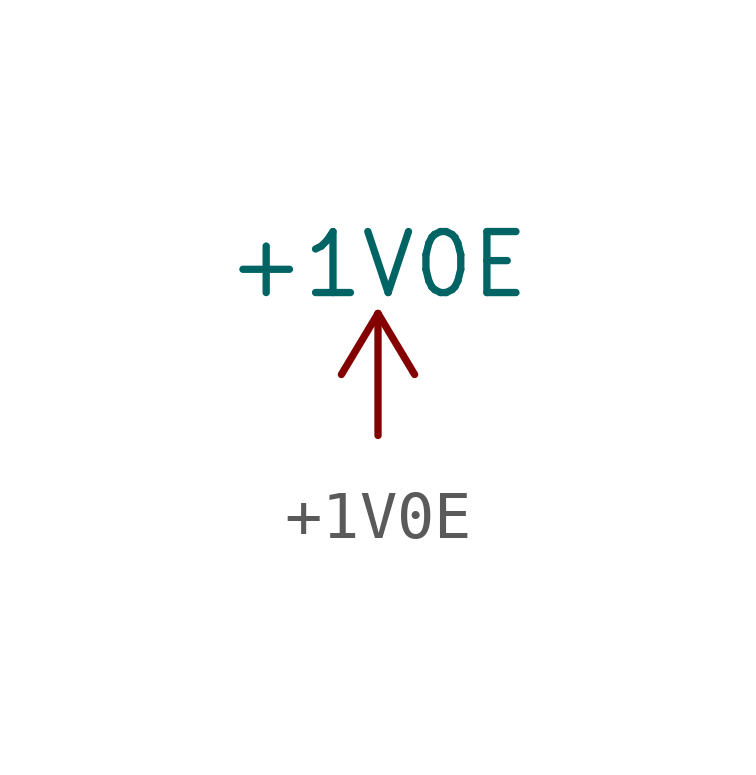
<source format=kicad_sym>
(kicad_symbol_lib
  (version 20220914)
  (generator kicad_symbol_editor)
  (symbol "+1V0E"
    (power)
    (pin_names
      (offset 0))
    (property "Reference" "#PWR"
      (at 0 -3.81 0)
      (effects (font (size 1.27 1.27)) hide))
    (property "Value" "+1V0E"
      (at 0 3.556 0)
      (effects (font (size 1.27 1.27))))
    (symbol "+1V0E_0_1"
      (polyline (pts (xy -0.762 1.27) (xy 0 2.54)) (stroke (width 0) (type default)) (fill (type none)))
      (polyline (pts (xy 0 0) (xy 0 2.54)) (stroke (width 0) (type default)) (fill (type none)))
      (polyline (pts (xy 0 2.54) (xy 0.762 1.27)) (stroke (width 0) (type default)) (fill (type none))))
    (symbol "+1V0E_1_1"
      (pin power_in line (at 0 0 90) (length 0) hide (name "+1V0E" (effects (font (size 1.27 1.27)))) (number "1" (effects (font (size 1.27 1.27))))))))
</source>
